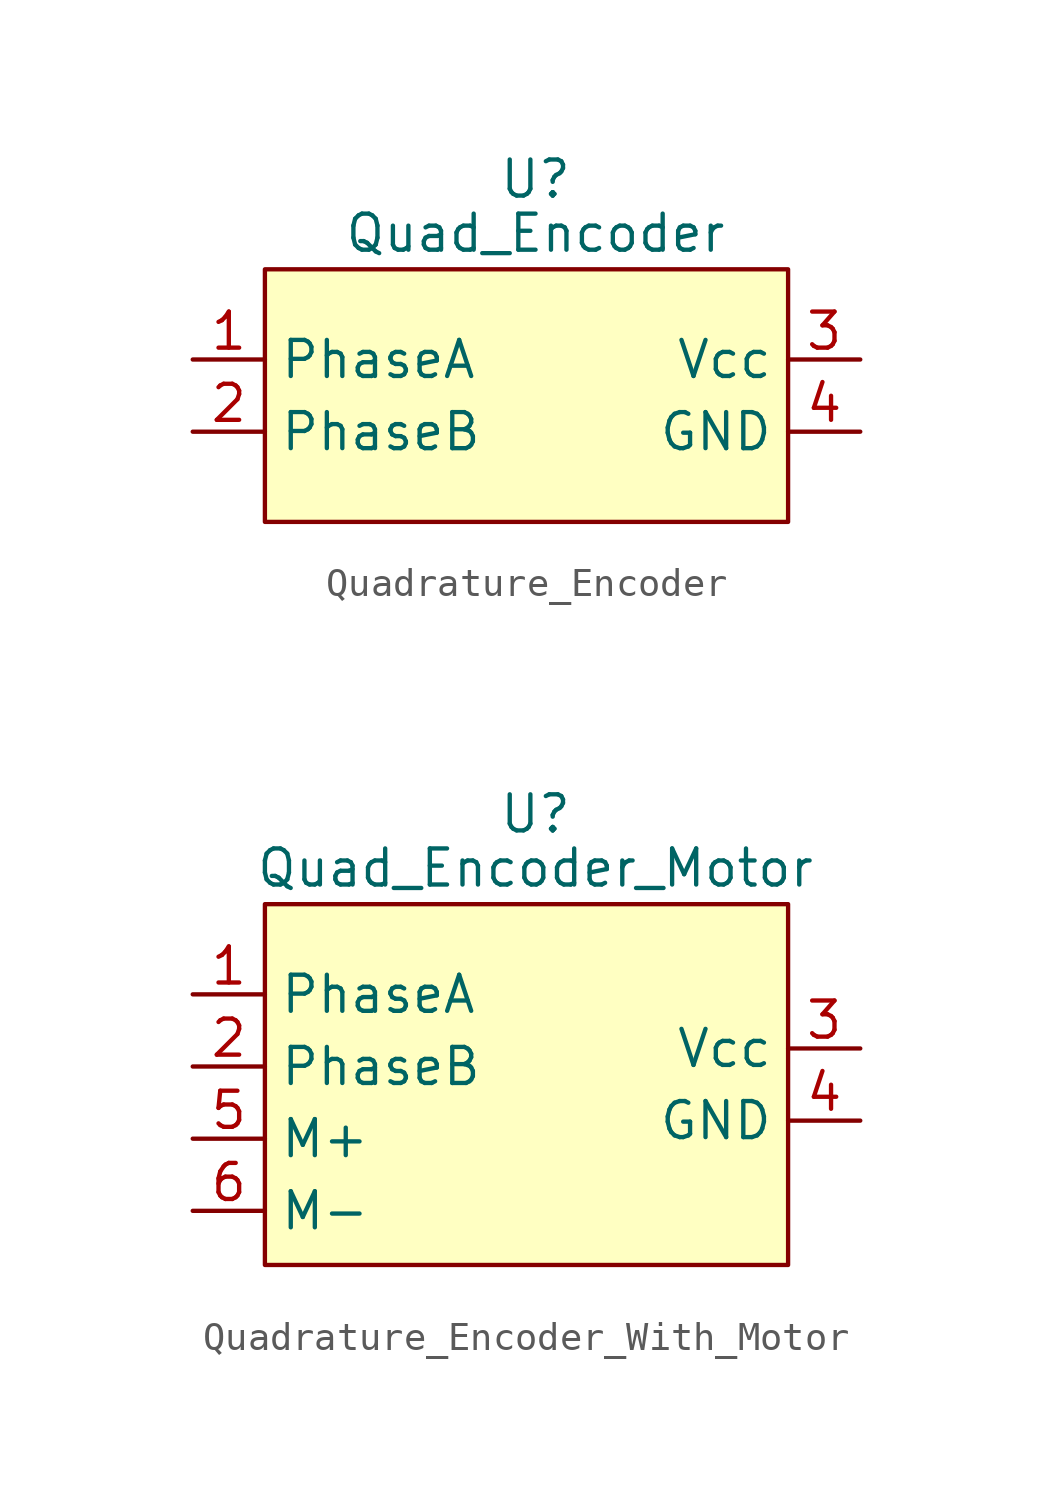
<source format=kicad_sym>
(kicad_symbol_lib
  (version 20220914)
  (generator kicad_symbol_editor)
  (symbol "Quadrature_Encoder"
    (property "Reference" "U"
      (at 0 7.62 0)
      (effects (font (size 1.27 1.27))))
    (property "Value" "Quad_Encoder"
      (at 0 5.715 0)
      (effects (font (size 1.27 1.27))))
    (symbol "Quadrature_Encoder_1_1"
      (rectangle (start -9.525 4.445) (end 8.89 -4.445) (stroke (width 0) (type default)) (fill (type background)))
      (pin output line (at -12.065 1.27 0) (length 2.54) (name "PhaseA" (effects (font (size 1.27 1.27)))) (number "1" (effects (font (size 1.27 1.27)))))
      (pin output line (at -12.065 -1.27 0) (length 2.54) (name "PhaseB" (effects (font (size 1.27 1.27)))) (number "2" (effects (font (size 1.27 1.27)))))
      (pin passive line (at 11.43 1.27 180) (length 2.54) (name "Vcc" (effects (font (size 1.27 1.27)))) (number "3" (effects (font (size 1.27 1.27)))))
      (pin passive line (at 11.43 -1.27 180) (length 2.54) (name "GND" (effects (font (size 1.27 1.27)))) (number "4" (effects (font (size 1.27 1.27)))))))
  (symbol "Quadrature_Encoder_With_Motor"
    (property "Reference" "U"
      (at 0 7.62 0)
      (effects (font (size 1.27 1.27))))
    (property "Value" "Quad_Encoder_Motor"
      (at 0 5.715 0)
      (effects (font (size 1.27 1.27))))
    (symbol "Quadrature_Encoder_With_Motor_1_1"
      (rectangle (start -9.525 4.445) (end 8.89 -8.255) (stroke (width 0) (type default)) (fill (type background)))
      (pin output line (at -12.065 1.27 0) (length 2.54) (name "PhaseA" (effects (font (size 1.27 1.27)))) (number "1" (effects (font (size 1.27 1.27)))))
      (pin output line (at -12.065 -1.27 0) (length 2.54) (name "PhaseB" (effects (font (size 1.27 1.27)))) (number "2" (effects (font (size 1.27 1.27)))))
      (pin passive line (at 11.43 -0.635 180) (length 2.54) (name "Vcc" (effects (font (size 1.27 1.27)))) (number "3" (effects (font (size 1.27 1.27)))))
      (pin passive line (at 11.43 -3.175 180) (length 2.54) (name "GND" (effects (font (size 1.27 1.27)))) (number "4" (effects (font (size 1.27 1.27)))))
      (pin passive line (at -12.065 -3.81 0) (length 2.54) (name "M+" (effects (font (size 1.27 1.27)))) (number "5" (effects (font (size 1.27 1.27)))))
      (pin passive line (at -12.065 -6.35 0) (length 2.54) (name "M-" (effects (font (size 1.27 1.27)))) (number "6" (effects (font (size 1.27 1.27))))))))
</source>
